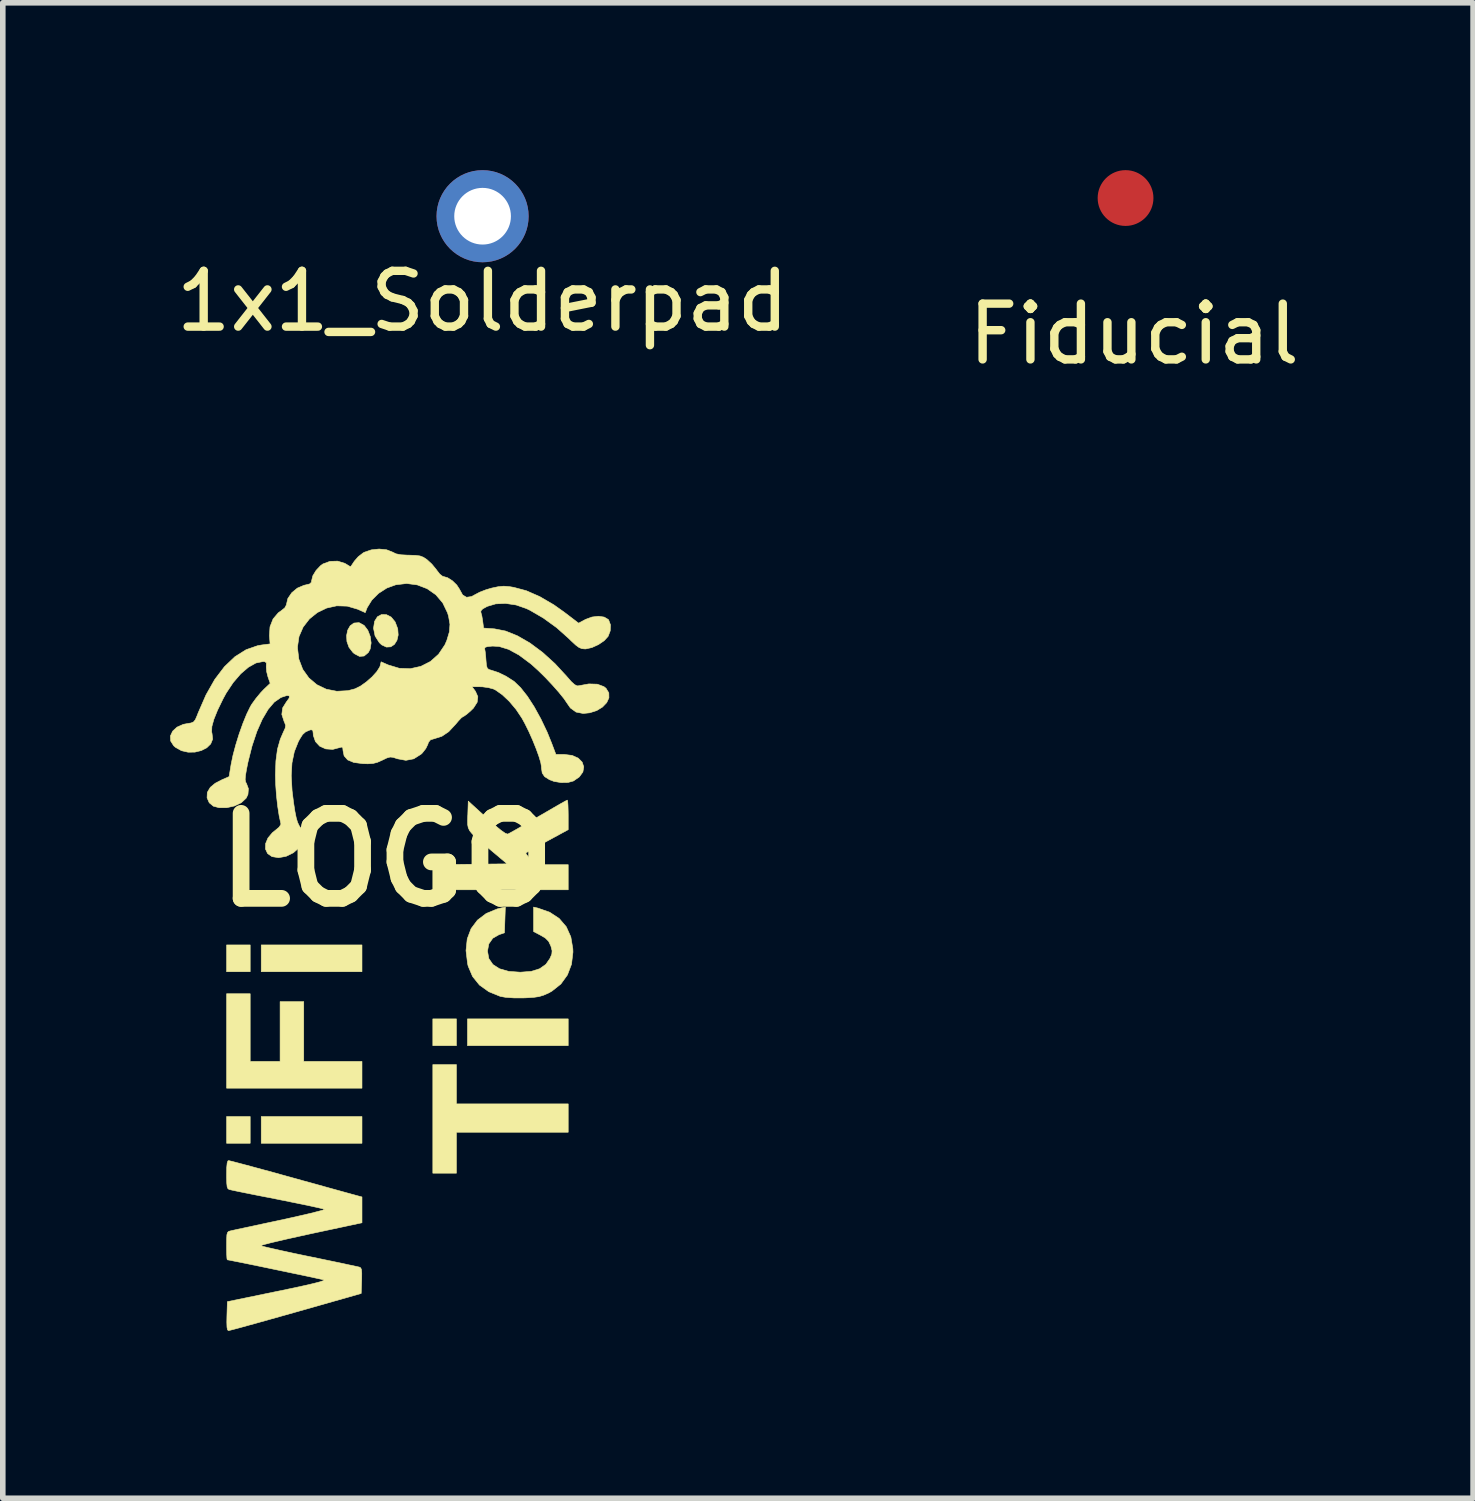
<source format=kicad_pcb>
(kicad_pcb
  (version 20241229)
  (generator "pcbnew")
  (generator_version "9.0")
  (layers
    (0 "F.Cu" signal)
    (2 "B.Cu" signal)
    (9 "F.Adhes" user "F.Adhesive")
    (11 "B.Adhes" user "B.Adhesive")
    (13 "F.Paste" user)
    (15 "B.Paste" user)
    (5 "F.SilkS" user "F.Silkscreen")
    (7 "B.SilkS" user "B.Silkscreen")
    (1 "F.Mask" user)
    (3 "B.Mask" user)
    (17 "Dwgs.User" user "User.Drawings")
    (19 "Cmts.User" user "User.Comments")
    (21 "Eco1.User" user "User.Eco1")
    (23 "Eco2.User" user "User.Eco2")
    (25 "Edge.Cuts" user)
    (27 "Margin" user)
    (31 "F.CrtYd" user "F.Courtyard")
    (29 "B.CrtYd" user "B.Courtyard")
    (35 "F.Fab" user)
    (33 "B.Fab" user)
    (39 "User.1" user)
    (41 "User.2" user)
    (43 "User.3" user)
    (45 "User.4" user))
  (footprint "Fiducial"
    (layer "F.Cu")
    (at 17.127 0.5)
    (property "Reference" "Fiducial" (at 0.152 2.438 0) (layer "F.SilkS") (effects (font (size 1 1) (thickness 0.15))))
    (attr through_hole)
    (pad "1" smd circle (at 0 0) (size 1 1) (layers "F.Cu" "F.Mask")))
  (footprint "LOGO"
    (layer "F.Cu")
    (at 4.088 13.127)
    (property "Reference" "LOGO" (at -0.203 -0.762 0) (layer "F.SilkS") (effects (font (size 1.524 1.524) (thickness 0.3))))
    (attr through_hole)
    (fp_poly (pts (xy -2.653 1.242) (xy -3.076 1.242) (xy -3.076 0.762) (xy -2.653 0.762) (xy -2.653 1.242)) (stroke (width 0.01) (type solid)) (fill yes) (layer "F.SilkS"))
    (fp_poly (pts (xy -2.653 4.318) (xy -3.076 4.318) (xy -3.076 3.838) (xy -2.653 3.838) (xy -2.653 4.318)) (stroke (width 0.01) (type solid)) (fill yes) (layer "F.SilkS"))
    (fp_poly (pts (xy -0.649 1.242) (xy -2.455 1.242) (xy -2.455 0.762) (xy -0.649 0.762) (xy -0.649 1.242)) (stroke (width 0.01) (type solid)) (fill yes) (layer "F.SilkS"))
    (fp_poly (pts (xy -0.649 4.318) (xy -2.455 4.318) (xy -2.455 3.838) (xy -0.649 3.838) (xy -0.649 4.318)) (stroke (width 0.01) (type solid)) (fill yes) (layer "F.SilkS"))
    (fp_poly (pts (xy 1.044 2.568) (xy 0.621 2.568) (xy 0.621 2.088) (xy 1.044 2.088) (xy 1.044 2.568)) (stroke (width 0.01) (type solid)) (fill yes) (layer "F.SilkS"))
    (fp_poly (pts (xy 3.048 2.568) (xy 1.242 2.568) (xy 1.242 2.088) (xy 3.048 2.088) (xy 3.048 2.568)) (stroke (width 0.01) (type solid)) (fill yes) (layer "F.SilkS"))
    (fp_poly (pts (xy 1.044 3.612) (xy 3.048 3.612) (xy 3.048 4.12) (xy 1.044 4.12) (xy 1.044 4.854) (xy 0.621 4.854) (xy 0.621 2.907) (xy 1.044 2.907) (xy 1.044 3.612)) (stroke (width 0.01) (type solid)) (fill yes) (layer "F.SilkS"))
    (fp_poly (pts (xy -2.653 2.85) (xy -2.117 2.85) (xy -2.117 1.778) (xy -1.693 1.778) (xy -1.693 2.85) (xy -0.649 2.85) (xy -0.649 3.33) (xy -3.076 3.33) (xy -3.076 1.637) (xy -2.653 1.637) (xy -2.653 2.85)) (stroke (width 0.01) (type solid)) (fill yes) (layer "F.SilkS"))
    (fp_poly (pts (xy -0.212 -5.159) (xy -0.127 -5.116) (xy -0.057 -5.032) (xy -0.053 -5.024) (xy -0.008 -4.905) (xy 0.000084 -4.794) (xy -0.022 -4.698) (xy -0.068 -4.625) (xy -0.133 -4.582) (xy -0.211 -4.577) (xy -0.296 -4.617) (xy -0.338 -4.656) (xy -0.414 -4.776) (xy -0.442 -4.914) (xy -0.423 -5.039) (xy -0.372 -5.121) (xy -0.298 -5.161) (xy -0.212 -5.159)) (stroke (width 0.01) (type solid)) (fill yes) (layer "F.SilkS"))
    (fp_poly (pts (xy -0.694 -5.012) (xy -0.61 -4.965) (xy -0.544 -4.878) (xy -0.501 -4.768) (xy -0.485 -4.651) (xy -0.502 -4.543) (xy -0.535 -4.48) (xy -0.611 -4.417) (xy -0.693 -4.41) (xy -0.785 -4.458) (xy -0.813 -4.483) (xy -0.882 -4.573) (xy -0.919 -4.677) (xy -0.925 -4.783) (xy -0.905 -4.881) (xy -0.86 -4.96) (xy -0.793 -5.008) (xy -0.707 -5.015) (xy -0.694 -5.012)) (stroke (width 0.01) (type solid)) (fill yes) (layer "F.SilkS"))
    (fp_poly (pts (xy 3.039 -1.808) (xy 3.044 -1.738) (xy 3.047 -1.636) (xy 3.048 -1.569) (xy 3.048 -1.304) (xy 2.674 -1.101) (xy 2.543 -1.03) (xy 2.43 -0.968) (xy 2.345 -0.92) (xy 2.296 -0.891) (xy 2.288 -0.886) (xy 2.299 -0.861) (xy 2.339 -0.81) (xy 2.371 -0.776) (xy 2.466 -0.677) (xy 3.048 -0.677) (xy 3.048 -0.226) (xy 0.621 -0.226) (xy 0.621 -0.676) (xy 1.288 -0.684) (xy 1.954 -0.691) (xy 1.647 -0.949) (xy 1.506 -1.068) (xy 1.402 -1.158) (xy 1.329 -1.227) (xy 1.282 -1.284) (xy 1.256 -1.338) (xy 1.245 -1.396) (xy 1.244 -1.467) (xy 1.247 -1.559) (xy 1.248 -1.568) (xy 1.256 -1.816) (xy 1.589 -1.512) (xy 1.735 -1.382) (xy 1.844 -1.292) (xy 1.919 -1.24) (xy 1.962 -1.225) (xy 1.966 -1.226) (xy 2.003 -1.245) (xy 2.081 -1.288) (xy 2.191 -1.351) (xy 2.326 -1.429) (xy 2.477 -1.517) (xy 2.514 -1.539) (xy 2.666 -1.627) (xy 2.8 -1.705) (xy 2.911 -1.769) (xy 2.99 -1.813) (xy 3.029 -1.833) (xy 3.032 -1.834) (xy 3.039 -1.808)) (stroke (width 0.01) (type solid)) (fill yes) (layer "F.SilkS"))
    (fp_poly (pts (xy 1.913 0.314) (xy 1.905 0.545) (xy 1.808 0.578) (xy 1.696 0.642) (xy 1.625 0.743) (xy 1.601 0.872) (xy 1.625 1.007) (xy 1.698 1.113) (xy 1.816 1.189) (xy 1.98 1.236) (xy 2.188 1.251) (xy 2.19 1.251) (xy 2.385 1.236) (xy 2.536 1.189) (xy 2.648 1.11) (xy 2.721 1.004) (xy 2.754 0.927) (xy 2.759 0.867) (xy 2.74 0.792) (xy 2.735 0.778) (xy 2.697 0.698) (xy 2.637 0.638) (xy 2.561 0.593) (xy 2.427 0.522) (xy 2.427 0.303) (xy 2.427 0.084) (xy 2.505 0.102) (xy 2.716 0.176) (xy 2.886 0.288) (xy 3.013 0.436) (xy 3.095 0.618) (xy 3.131 0.832) (xy 3.133 0.891) (xy 3.107 1.108) (xy 3.034 1.3) (xy 2.916 1.463) (xy 2.755 1.591) (xy 2.692 1.626) (xy 2.607 1.663) (xy 2.525 1.688) (xy 2.429 1.702) (xy 2.301 1.71) (xy 2.248 1.712) (xy 2.075 1.712) (xy 1.929 1.702) (xy 1.832 1.685) (xy 1.625 1.601) (xy 1.457 1.481) (xy 1.333 1.327) (xy 1.254 1.141) (xy 1.244 1.097) (xy 1.216 0.863) (xy 1.238 0.653) (xy 1.307 0.47) (xy 1.421 0.318) (xy 1.577 0.199) (xy 1.774 0.117) (xy 1.843 0.1) (xy 1.921 0.083) (xy 1.913 0.314)) (stroke (width 0.01) (type solid)) (fill yes) (layer "F.SilkS"))
    (fp_poly (pts (xy -3.005 4.636) (xy -2.922 4.657) (xy -2.797 4.69) (xy -2.636 4.733) (xy -2.445 4.785) (xy -2.23 4.843) (xy -1.998 4.908) (xy -1.946 4.922) (xy -1.706 4.989) (xy -1.479 5.051) (xy -1.272 5.109) (xy -1.091 5.159) (xy -0.943 5.2) (xy -0.835 5.23) (xy -0.774 5.246) (xy -0.769 5.248) (xy -0.649 5.28) (xy -0.649 5.743) (xy -1.566 5.939) (xy -1.784 5.987) (xy -1.982 6.031) (xy -2.154 6.071) (xy -2.294 6.104) (xy -2.396 6.131) (xy -2.453 6.148) (xy -2.462 6.154) (xy -2.43 6.164) (xy -2.35 6.184) (xy -2.228 6.212) (xy -2.072 6.247) (xy -1.888 6.287) (xy -1.683 6.33) (xy -1.595 6.348) (xy -1.382 6.392) (xy -1.185 6.433) (xy -1.012 6.469) (xy -0.87 6.5) (xy -0.765 6.522) (xy -0.707 6.535) (xy -0.697 6.537) (xy -0.672 6.551) (xy -0.658 6.583) (xy -0.653 6.645) (xy -0.654 6.748) (xy -0.655 6.781) (xy -0.663 7.01) (xy -1.834 7.343) (xy -2.082 7.413) (xy -2.314 7.478) (xy -2.524 7.537) (xy -2.706 7.587) (xy -2.854 7.628) (xy -2.963 7.657) (xy -3.027 7.673) (xy -3.042 7.676) (xy -3.06 7.662) (xy -3.069 7.614) (xy -3.072 7.524) (xy -3.07 7.417) (xy -3.062 7.157) (xy -2.166 6.972) (xy -1.896 6.916) (xy -1.68 6.869) (xy -1.516 6.831) (xy -1.405 6.802) (xy -1.343 6.781) (xy -1.33 6.768) (xy -1.333 6.767) (xy -1.372 6.757) (xy -1.456 6.739) (xy -1.579 6.712) (xy -1.73 6.68) (xy -1.904 6.644) (xy -2.09 6.605) (xy -2.281 6.565) (xy -2.468 6.526) (xy -2.643 6.49) (xy -2.799 6.458) (xy -2.926 6.433) (xy -3.016 6.415) (xy -3.061 6.407) (xy -3.064 6.406) (xy -3.07 6.38) (xy -3.074 6.31) (xy -3.076 6.209) (xy -3.076 6.156) (xy -3.075 6.036) (xy -3.071 5.96) (xy -3.06 5.919) (xy -3.04 5.898) (xy -3.013 5.89) (xy -2.97 5.88) (xy -2.879 5.86) (xy -2.748 5.832) (xy -2.584 5.797) (xy -2.395 5.756) (xy -2.188 5.712) (xy -2.123 5.698) (xy -1.917 5.653) (xy -1.732 5.611) (xy -1.573 5.574) (xy -1.447 5.542) (xy -1.361 5.519) (xy -1.321 5.505) (xy -1.319 5.502) (xy -1.351 5.492) (xy -1.432 5.473) (xy -1.554 5.446) (xy -1.71 5.413) (xy -1.893 5.376) (xy -2.096 5.335) (xy -2.159 5.322) (xy -2.368 5.281) (xy -2.562 5.243) (xy -2.731 5.209) (xy -2.869 5.181) (xy -2.968 5.16) (xy -3.021 5.148) (xy -3.027 5.147) (xy -3.051 5.133) (xy -3.066 5.099) (xy -3.073 5.034) (xy -3.076 4.929) (xy -3.076 4.881) (xy -3.074 4.753) (xy -3.066 4.673) (xy -3.053 4.635) (xy -3.039 4.628) (xy -3.005 4.636)) (stroke (width 0.01) (type solid)) (fill yes) (layer "F.SilkS"))
    (fp_poly (pts (xy -0.209 -6.322) (xy -0.104 -6.281) (xy -0.102 -6.28) (xy -0.038 -6.249) (xy 0.048 -6.232) (xy 0.173 -6.225) (xy 0.196 -6.225) (xy 0.312 -6.221) (xy 0.391 -6.211) (xy 0.451 -6.188) (xy 0.511 -6.149) (xy 0.518 -6.143) (xy 0.603 -6.065) (xy 0.679 -5.973) (xy 0.693 -5.953) (xy 0.745 -5.886) (xy 0.795 -5.847) (xy 0.812 -5.842) (xy 0.887 -5.82) (xy 0.973 -5.765) (xy 1.05 -5.69) (xy 1.101 -5.612) (xy 1.104 -5.605) (xy 1.156 -5.511) (xy 1.226 -5.47) (xy 1.315 -5.483) (xy 1.377 -5.517) (xy 1.461 -5.561) (xy 1.574 -5.605) (xy 1.677 -5.635) (xy 1.795 -5.66) (xy 1.891 -5.669) (xy 1.994 -5.661) (xy 2.071 -5.648) (xy 2.296 -5.588) (xy 2.538 -5.482) (xy 2.79 -5.335) (xy 2.98 -5.2) (xy 3.234 -5.006) (xy 3.36 -5.074) (xy 3.474 -5.116) (xy 3.59 -5.13) (xy 3.693 -5.115) (xy 3.766 -5.072) (xy 3.773 -5.063) (xy 3.806 -4.975) (xy 3.801 -4.868) (xy 3.763 -4.769) (xy 3.694 -4.693) (xy 3.59 -4.622) (xy 3.473 -4.569) (xy 3.363 -4.544) (xy 3.348 -4.544) (xy 3.294 -4.549) (xy 3.243 -4.569) (xy 3.183 -4.613) (xy 3.103 -4.687) (xy 3.054 -4.735) (xy 2.841 -4.925) (xy 2.602 -5.098) (xy 2.361 -5.238) (xy 2.298 -5.268) (xy 2.114 -5.332) (xy 1.925 -5.36) (xy 1.748 -5.352) (xy 1.597 -5.307) (xy 1.595 -5.306) (xy 1.515 -5.262) (xy 1.482 -5.226) (xy 1.483 -5.197) (xy 1.499 -5.14) (xy 1.513 -5.056) (xy 1.516 -5.034) (xy 1.531 -4.918) (xy 1.727 -4.904) (xy 1.925 -4.865) (xy 2.138 -4.779) (xy 2.362 -4.65) (xy 2.588 -4.482) (xy 2.811 -4.28) (xy 3.02 -4.053) (xy 3.103 -3.958) (xy 3.163 -3.904) (xy 3.207 -3.882) (xy 3.231 -3.883) (xy 3.418 -3.917) (xy 3.571 -3.912) (xy 3.688 -3.868) (xy 3.726 -3.838) (xy 3.776 -3.756) (xy 3.778 -3.668) (xy 3.738 -3.581) (xy 3.662 -3.502) (xy 3.559 -3.439) (xy 3.433 -3.399) (xy 3.316 -3.387) (xy 3.189 -3.412) (xy 3.087 -3.486) (xy 3.032 -3.565) (xy 2.972 -3.653) (xy 2.88 -3.767) (xy 2.766 -3.896) (xy 2.64 -4.03) (xy 2.513 -4.155) (xy 2.394 -4.263) (xy 2.372 -4.281) (xy 2.167 -4.434) (xy 1.98 -4.536) (xy 1.81 -4.588) (xy 1.691 -4.595) (xy 1.601 -4.586) (xy 1.557 -4.572) (xy 1.55 -4.547) (xy 1.551 -4.544) (xy 1.56 -4.493) (xy 1.569 -4.408) (xy 1.574 -4.341) (xy 1.582 -4.25) (xy 1.597 -4.199) (xy 1.626 -4.175) (xy 1.675 -4.161) (xy 1.799 -4.12) (xy 1.939 -4.051) (xy 2.071 -3.966) (xy 2.082 -3.958) (xy 2.194 -3.85) (xy 2.315 -3.697) (xy 2.438 -3.507) (xy 2.558 -3.289) (xy 2.671 -3.052) (xy 2.75 -2.857) (xy 2.827 -2.653) (xy 2.974 -2.653) (xy 3.119 -2.635) (xy 3.228 -2.586) (xy 3.298 -2.515) (xy 3.327 -2.429) (xy 3.311 -2.338) (xy 3.247 -2.25) (xy 3.142 -2.177) (xy 3.044 -2.15) (xy 2.92 -2.148) (xy 2.794 -2.169) (xy 2.712 -2.2) (xy 2.625 -2.255) (xy 2.582 -2.319) (xy 2.568 -2.414) (xy 2.568 -2.432) (xy 2.556 -2.507) (xy 2.522 -2.62) (xy 2.472 -2.758) (xy 2.41 -2.911) (xy 2.342 -3.064) (xy 2.271 -3.207) (xy 2.219 -3.302) (xy 2.114 -3.459) (xy 1.993 -3.603) (xy 1.867 -3.722) (xy 1.748 -3.806) (xy 1.708 -3.826) (xy 1.619 -3.85) (xy 1.51 -3.865) (xy 1.468 -3.866) (xy 1.325 -3.866) (xy 1.385 -3.785) (xy 1.428 -3.688) (xy 1.416 -3.588) (xy 1.349 -3.483) (xy 1.296 -3.431) (xy 1.23 -3.374) (xy 1.179 -3.338) (xy 1.162 -3.33) (xy 1.133 -3.31) (xy 1.082 -3.256) (xy 1.028 -3.192) (xy 0.905 -3.06) (xy 0.783 -2.978) (xy 0.651 -2.936) (xy 0.58 -2.915) (xy 0.543 -2.87) (xy 0.531 -2.832) (xy 0.495 -2.758) (xy 0.433 -2.679) (xy 0.41 -2.657) (xy 0.279 -2.574) (xy 0.138 -2.547) (xy -0.014 -2.575) (xy -0.02 -2.577) (xy -0.092 -2.601) (xy -0.145 -2.606) (xy -0.202 -2.59) (xy -0.285 -2.55) (xy -0.373 -2.511) (xy -0.451 -2.491) (xy -0.545 -2.485) (xy -0.636 -2.488) (xy -0.796 -2.509) (xy -0.906 -2.555) (xy -0.969 -2.627) (xy -0.988 -2.717) (xy -0.994 -2.774) (xy -1.017 -2.785) (xy -1.037 -2.779) (xy -1.173 -2.743) (xy -1.299 -2.752) (xy -1.406 -2.8) (xy -1.483 -2.883) (xy -1.522 -2.995) (xy -1.524 -3.034) (xy -1.531 -3.086) (xy -1.562 -3.095) (xy -1.587 -3.089) (xy -1.659 -3.058) (xy -1.714 -3.009) (xy -1.766 -2.927) (xy -1.791 -2.88) (xy -1.862 -2.702) (xy -1.904 -2.501) (xy -1.917 -2.27) (xy -1.902 -2.003) (xy -1.875 -1.787) (xy -1.851 -1.631) (xy -1.828 -1.518) (xy -1.804 -1.436) (xy -1.773 -1.372) (xy -1.733 -1.312) (xy -1.718 -1.294) (xy -1.676 -1.211) (xy -1.683 -1.124) (xy -1.74 -1.023) (xy -1.767 -0.989) (xy -1.879 -0.89) (xy -2.01 -0.826) (xy -2.144 -0.802) (xy -2.262 -0.821) (xy -2.341 -0.876) (xy -2.379 -0.957) (xy -2.377 -1.053) (xy -2.335 -1.154) (xy -2.256 -1.249) (xy -2.205 -1.29) (xy -2.134 -1.349) (xy -2.103 -1.398) (xy -2.103 -1.411) (xy -2.133 -1.548) (xy -2.16 -1.722) (xy -2.182 -1.916) (xy -2.196 -2.112) (xy -2.201 -2.284) (xy -2.192 -2.536) (xy -2.164 -2.747) (xy -2.113 -2.927) (xy -2.06 -3.049) (xy -2.026 -3.123) (xy -2.018 -3.173) (xy -2.036 -3.225) (xy -2.045 -3.244) (xy -2.086 -3.37) (xy -2.071 -3.487) (xy -2.004 -3.594) (xy -1.954 -3.663) (xy -1.952 -3.702) (xy -1.994 -3.709) (xy -2.078 -3.682) (xy -2.106 -3.671) (xy -2.221 -3.591) (xy -2.332 -3.46) (xy -2.437 -3.282) (xy -2.534 -3.062) (xy -2.62 -2.804) (xy -2.693 -2.514) (xy -2.718 -2.39) (xy -2.737 -2.278) (xy -2.743 -2.206) (xy -2.735 -2.159) (xy -2.719 -2.13) (xy -2.685 -2.039) (xy -2.693 -1.936) (xy -2.725 -1.869) (xy -2.812 -1.788) (xy -2.935 -1.729) (xy -3.074 -1.698) (xy -3.211 -1.698) (xy -3.313 -1.725) (xy -3.387 -1.786) (xy -3.426 -1.875) (xy -3.422 -1.969) (xy -3.419 -1.977) (xy -3.368 -2.063) (xy -3.28 -2.136) (xy -3.159 -2.199) (xy -3.031 -2.255) (xy -2.995 -2.475) (xy -2.961 -2.639) (xy -2.911 -2.826) (xy -2.851 -3.02) (xy -2.784 -3.208) (xy -2.716 -3.375) (xy -2.651 -3.508) (xy -2.626 -3.551) (xy -2.551 -3.655) (xy -2.465 -3.759) (xy -2.408 -3.819) (xy -2.294 -3.927) (xy -2.335 -4.045) (xy -2.358 -4.137) (xy -2.365 -4.222) (xy -2.364 -4.24) (xy -2.363 -4.296) (xy -2.392 -4.316) (xy -2.423 -4.318) (xy -2.55 -4.292) (xy -2.685 -4.216) (xy -2.823 -4.098) (xy -2.958 -3.941) (xy -3.083 -3.753) (xy -3.139 -3.65) (xy -3.239 -3.444) (xy -3.305 -3.28) (xy -3.34 -3.153) (xy -3.344 -3.058) (xy -3.337 -3.026) (xy -3.326 -2.927) (xy -3.361 -2.841) (xy -3.433 -2.771) (xy -3.53 -2.722) (xy -3.645 -2.694) (xy -3.767 -2.693) (xy -3.885 -2.72) (xy -3.992 -2.78) (xy -4.025 -2.809) (xy -4.079 -2.894) (xy -4.083 -2.984) (xy -4.043 -3.07) (xy -3.965 -3.142) (xy -3.853 -3.192) (xy -3.785 -3.205) (xy -3.713 -3.217) (xy -3.668 -3.236) (xy -3.636 -3.276) (xy -3.604 -3.35) (xy -3.586 -3.397) (xy -3.445 -3.72) (xy -3.288 -3.997) (xy -3.114 -4.226) (xy -2.927 -4.404) (xy -2.727 -4.53) (xy -2.612 -4.57) (xy -1.806 -4.57) (xy -1.781 -4.362) (xy -1.711 -4.178) (xy -1.6 -4.023) (xy -1.458 -3.903) (xy -1.289 -3.822) (xy -1.1 -3.785) (xy -0.9 -3.796) (xy -0.774 -3.829) (xy -0.677 -3.877) (xy -0.57 -3.953) (xy -0.468 -4.043) (xy -0.384 -4.136) (xy -0.331 -4.219) (xy -0.323 -4.242) (xy -0.306 -4.313) (xy -0.179 -4.257) (xy 0.02 -4.197) (xy 0.218 -4.19) (xy 0.407 -4.232) (xy 0.578 -4.319) (xy 0.724 -4.449) (xy 0.837 -4.617) (xy 0.872 -4.697) (xy 0.918 -4.851) (xy 0.928 -4.986) (xy 0.903 -5.13) (xy 0.885 -5.19) (xy 0.799 -5.369) (xy 0.675 -5.515) (xy 0.519 -5.624) (xy 0.342 -5.692) (xy 0.152 -5.717) (xy -0.043 -5.694) (xy -0.203 -5.636) (xy -0.351 -5.541) (xy -0.473 -5.419) (xy -0.556 -5.284) (xy -0.562 -5.269) (xy -0.59 -5.195) (xy -0.726 -5.256) (xy -0.913 -5.311) (xy -1.101 -5.317) (xy -1.282 -5.277) (xy -1.448 -5.197) (xy -1.591 -5.082) (xy -1.704 -4.936) (xy -1.778 -4.766) (xy -1.806 -4.575) (xy -1.806 -4.57) (xy -2.612 -4.57) (xy -2.517 -4.603) (xy -2.446 -4.615) (xy -2.296 -4.634) (xy -2.308 -4.781) (xy -2.298 -4.94) (xy -2.243 -5.081) (xy -2.15 -5.191) (xy -2.101 -5.226) (xy -2.033 -5.28) (xy -2.004 -5.334) (xy -2.004 -5.338) (xy -1.978 -5.448) (xy -1.908 -5.551) (xy -1.808 -5.634) (xy -1.688 -5.685) (xy -1.661 -5.691) (xy -1.587 -5.709) (xy -1.556 -5.739) (xy -1.552 -5.768) (xy -1.53 -5.856) (xy -1.472 -5.951) (xy -1.392 -6.036) (xy -1.348 -6.068) (xy -1.223 -6.114) (xy -1.085 -6.118) (xy -0.958 -6.079) (xy -0.942 -6.07) (xy -0.853 -6.016) (xy -0.786 -6.117) (xy -0.716 -6.197) (xy -0.627 -6.266) (xy -0.607 -6.277) (xy -0.482 -6.32) (xy -0.342 -6.335) (xy -0.209 -6.322)) (stroke (width 0.01) (type solid)) (fill yes) (layer "F.SilkS")))
  (footprint "1x1_Solderpad"
    (layer "F.Cu")
    (at 5.601 0.826)
    (property "Reference" "1x1_Solderpad" (at 0 1.524 0) (layer "F.SilkS") (effects (font (size 1 1) (thickness 0.15))))
    (attr through_hole)
    (pad "1" thru_hole circle (at 0 0) (size 1.651 1.651) (drill 1.016) (layers "*.Cu" "*.Mask")))
  (gr_rect
    (start -3 -3)
    (end 23.357 23.808)
    (stroke (width 0.1) (type default))
    (fill no)
    (layer "Edge.Cuts")))
</source>
